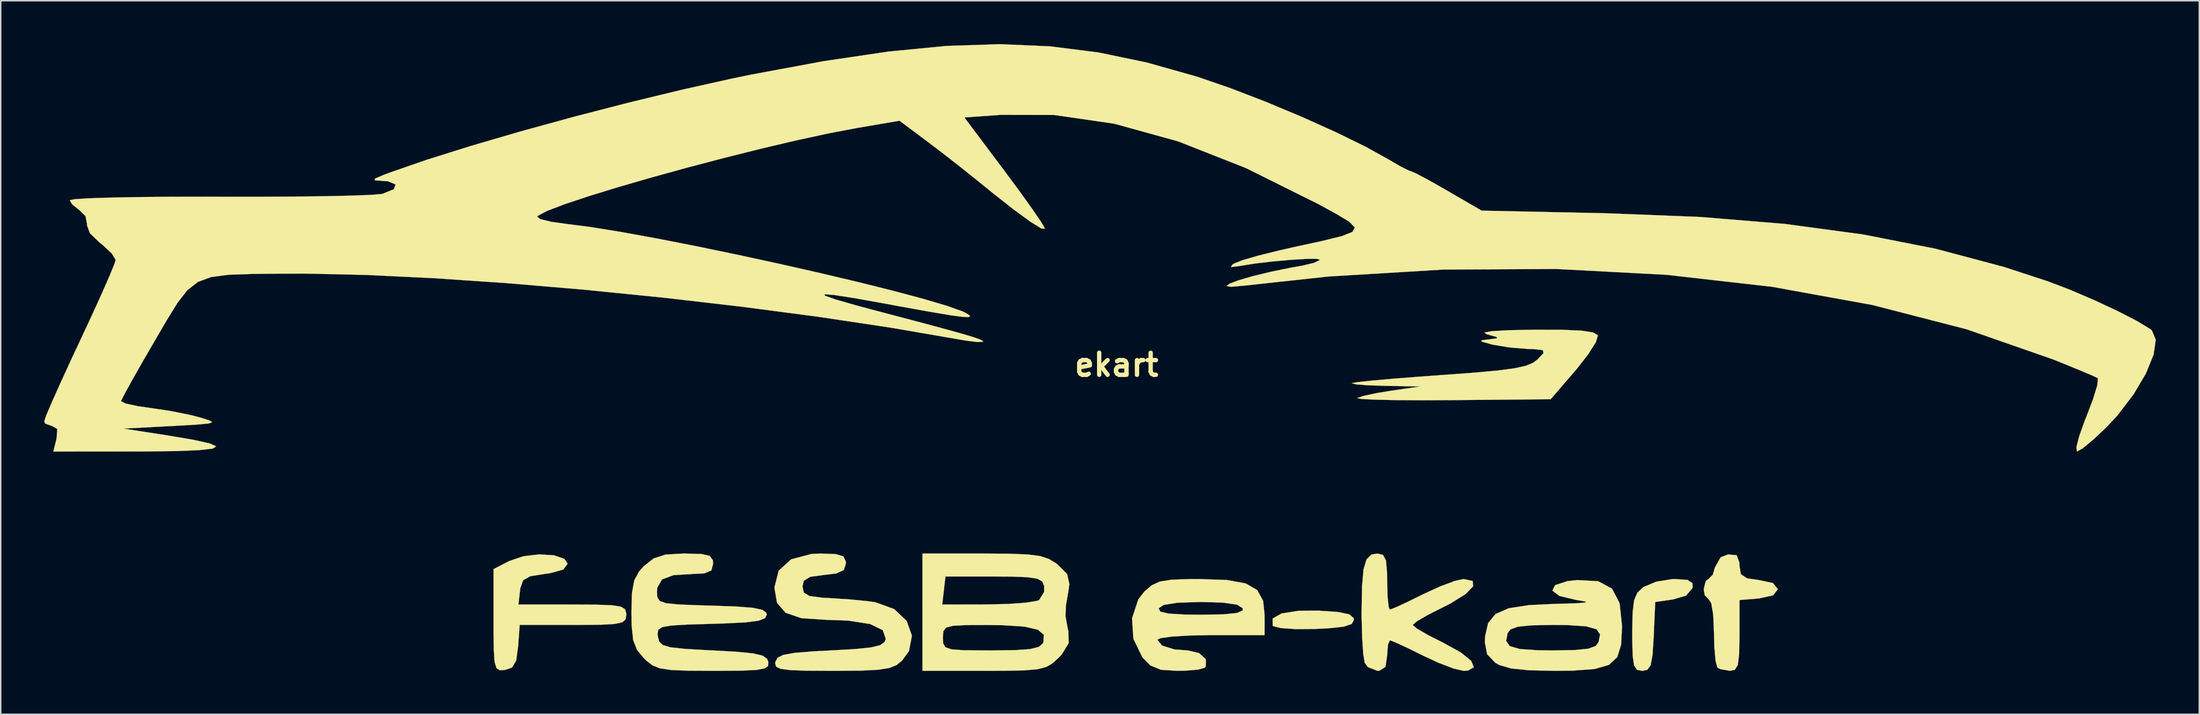
<source format=kicad_pcb>
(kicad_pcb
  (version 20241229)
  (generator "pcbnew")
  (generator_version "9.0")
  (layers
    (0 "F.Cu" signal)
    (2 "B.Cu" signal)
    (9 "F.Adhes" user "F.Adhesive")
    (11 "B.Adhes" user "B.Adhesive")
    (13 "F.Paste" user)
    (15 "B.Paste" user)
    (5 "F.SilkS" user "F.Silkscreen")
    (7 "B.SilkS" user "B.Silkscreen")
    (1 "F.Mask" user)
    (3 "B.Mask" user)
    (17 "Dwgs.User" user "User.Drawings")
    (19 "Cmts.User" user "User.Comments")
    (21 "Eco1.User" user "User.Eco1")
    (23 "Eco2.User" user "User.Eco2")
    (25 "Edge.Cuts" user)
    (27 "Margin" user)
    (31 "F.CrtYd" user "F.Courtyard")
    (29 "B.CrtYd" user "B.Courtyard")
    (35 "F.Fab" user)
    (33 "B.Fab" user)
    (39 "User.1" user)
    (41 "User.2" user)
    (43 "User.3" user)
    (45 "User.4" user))
  (footprint "ekart"
    (layer "F.Cu")
    (at 74.088 22.185)
    (property "Reference" "ekart" (at 0 0 0) (layer "F.SilkS") (effects (font (size 1.524 1.524) (thickness 0.3))))
    (attr through_hole)
    (fp_poly (pts (xy 15.331 17.1) (xy 16.088 17.261) (xy 16.386 17.521) (xy 16.404 17.639) (xy 16.251 17.924) (xy 15.711 18.109) (xy 14.662 18.223) (xy 13.7 18.271) (xy 12.387 18.28) (xy 11.366 18.211) (xy 10.826 18.078) (xy 10.793 18.046) (xy 10.783 17.551) (xy 11.399 17.199) (xy 12.568 17.013) (xy 13.991 17.005) (xy 15.331 17.1)) (stroke (width 0.01) (type solid)) (fill yes) (layer "F.SilkS"))
    (fp_poly (pts (xy 39.445 14.876) (xy 39.793 15.108) (xy 39.798 15.434) (xy 39.348 15.965) (xy 38.449 16.228) (xy 37.218 16.404) (xy 37.114 18.785) (xy 37.034 20.061) (xy 36.902 20.782) (xy 36.668 21.1) (xy 36.32 21.167) (xy 35.966 21.1) (xy 35.759 20.801) (xy 35.66 20.125) (xy 35.631 18.926) (xy 35.631 18.541) (xy 35.655 17.153) (xy 35.759 16.287) (xy 35.987 15.759) (xy 36.384 15.387) (xy 36.415 15.366) (xy 37.295 14.997) (xy 38.414 14.82) (xy 38.557 14.817) (xy 39.445 14.876)) (stroke (width 0.01) (type solid)) (fill yes) (layer "F.SilkS"))
    (fp_poly (pts (xy 42.843 13.167) (xy 43.033 13.68) (xy 43.039 13.889) (xy 43.136 14.484) (xy 43.56 14.769) (xy 44.362 14.884) (xy 45.351 15.093) (xy 45.685 15.511) (xy 45.685 15.522) (xy 45.365 15.944) (xy 44.39 16.159) (xy 44.362 16.161) (xy 43.039 16.27) (xy 43.039 18.719) (xy 43.017 20.017) (xy 42.924 20.759) (xy 42.721 21.092) (xy 42.392 21.167) (xy 41.721 21.051) (xy 41.51 20.931) (xy 41.388 20.48) (xy 41.303 19.539) (xy 41.275 18.462) (xy 41.224 17.287) (xy 41.089 16.485) (xy 40.922 16.228) (xy 40.636 15.932) (xy 40.569 15.522) (xy 40.707 14.949) (xy 40.898 14.817) (xy 41.197 14.517) (xy 41.339 14.023) (xy 41.74 13.31) (xy 42.245 13.116) (xy 42.843 13.167)) (stroke (width 0.01) (type solid)) (fill yes) (layer "F.SilkS"))
    (fp_poly (pts (xy -38.865 13.174) (xy -38.145 13.419) (xy -37.924 13.758) (xy -38.214 14.158) (xy -39.126 14.413) (xy -39.511 14.464) (xy -40.504 14.622) (xy -40.994 14.898) (xy -41.186 15.428) (xy -41.21 15.61) (xy -41.322 16.581) (xy -37.594 16.581) (xy -35.936 16.589) (xy -34.858 16.631) (xy -34.237 16.73) (xy -33.949 16.909) (xy -33.869 17.191) (xy -33.867 17.286) (xy -33.913 17.602) (xy -34.137 17.806) (xy -34.662 17.923) (xy -35.614 17.977) (xy -37.118 17.991) (xy -37.551 17.992) (xy -41.234 17.992) (xy -41.343 19.491) (xy -41.478 20.47) (xy -41.769 20.944) (xy -42.245 21.103) (xy -42.605 21.125) (xy -42.835 20.986) (xy -42.965 20.562) (xy -43.023 19.728) (xy -43.038 18.359) (xy -43.039 17.672) (xy -43.039 14.129) (xy -41.961 13.572) (xy -40.985 13.24) (xy -39.882 13.111) (xy -38.865 13.174)) (stroke (width 0.01) (type solid)) (fill yes) (layer "F.SilkS"))
    (fp_poly (pts (xy 7.623 14.883) (xy 8.924 15.12) (xy 9.725 15.582) (xy 10.128 16.323) (xy 10.231 17.306) (xy 10.231 18.697) (xy 6.526 18.697) (xy 5.006 18.725) (xy 3.788 18.801) (xy 3.018 18.911) (xy 2.822 19.012) (xy 3.145 19.42) (xy 4 19.685) (xy 4.93 19.756) (xy 5.706 19.939) (xy 6.176 20.369) (xy 6.165 20.865) (xy 6.091 20.956) (xy 5.641 21.08) (xy 4.74 21.156) (xy 4.2 21.167) (xy 3.064 21.092) (xy 2.338 20.796) (xy 1.789 20.237) (xy 1.166 18.953) (xy 1.073 17.534) (xy 1.3 16.845) (xy 2.91 16.845) (xy 3.025 17.07) (xy 3.608 17.208) (xy 4.749 17.275) (xy 5.821 17.286) (xy 7.368 17.259) (xy 8.301 17.168) (xy 8.707 17) (xy 8.731 16.845) (xy 8.332 16.59) (xy 7.315 16.445) (xy 5.821 16.404) (xy 4.206 16.454) (xy 3.248 16.609) (xy 2.91 16.845) (xy 1.3 16.845) (xy 1.504 16.227) (xy 1.924 15.683) (xy 2.425 15.251) (xy 2.989 14.992) (xy 3.805 14.862) (xy 5.062 14.819) (xy 5.726 14.817) (xy 7.623 14.883)) (stroke (width 0.01) (type solid)) (fill yes) (layer "F.SilkS"))
    (fp_poly (pts (xy 18.417 13.149) (xy 18.619 13.546) (xy 18.692 14.409) (xy 18.697 14.993) (xy 18.728 16.056) (xy 18.807 16.761) (xy 18.884 16.933) (xy 19.27 16.786) (xy 20.102 16.4) (xy 21.167 15.875) (xy 22.357 15.327) (xy 23.386 14.944) (xy 23.979 14.817) (xy 24.607 14.953) (xy 24.639 15.32) (xy 24.119 15.856) (xy 23.091 16.498) (xy 22.578 16.757) (xy 21.506 17.3) (xy 20.745 17.745) (xy 20.461 17.992) (xy 20.754 18.245) (xy 21.522 18.692) (xy 22.578 19.226) (xy 23.786 19.893) (xy 24.504 20.477) (xy 24.687 20.915) (xy 24.29 21.146) (xy 23.979 21.167) (xy 23.303 21.013) (xy 22.249 20.611) (xy 21.167 20.108) (xy 20.077 19.571) (xy 19.254 19.19) (xy 18.884 19.05) (xy 18.753 19.357) (xy 18.697 20.097) (xy 18.697 20.108) (xy 18.581 20.89) (xy 18.161 21.16) (xy 18.029 21.167) (xy 17.366 20.907) (xy 17.147 20.609) (xy 17.048 20.01) (xy 16.973 18.914) (xy 16.935 17.527) (xy 16.933 17.11) (xy 16.961 15.334) (xy 17.064 14.151) (xy 17.272 13.451) (xy 17.615 13.123) (xy 18.029 13.053) (xy 18.417 13.149)) (stroke (width 0.01) (type solid)) (fill yes) (layer "F.SilkS"))
    (fp_poly (pts (xy 30.78 -2.424) (xy 32.124 -2.365) (xy 32.921 -2.242) (xy 33.247 -2.049) (xy 33.256 -2.028) (xy 33.115 -1.565) (xy 32.602 -0.748) (xy 31.821 0.256) (xy 31.701 0.397) (xy 29.993 2.381) (xy 23.212 2.441) (xy 21.128 2.45) (xy 19.324 2.44) (xy 17.903 2.411) (xy 16.97 2.367) (xy 16.626 2.31) (xy 16.629 2.303) (xy 17.06 2.15) (xy 17.973 1.955) (xy 18.909 1.801) (xy 20.99 1.497) (xy 18.55 1.454) (xy 17.367 1.414) (xy 16.547 1.35) (xy 16.253 1.275) (xy 16.257 1.269) (xy 16.64 1.199) (xy 17.61 1.094) (xy 19.047 0.966) (xy 20.835 0.825) (xy 22.401 0.712) (xy 24.659 0.546) (xy 26.318 0.395) (xy 27.488 0.241) (xy 28.274 0.067) (xy 28.785 -0.145) (xy 29.094 -0.38) (xy 29.503 -0.816) (xy 29.454 -1.016) (xy 28.847 -1.085) (xy 28.389 -1.1) (xy 27.16 -1.2) (xy 26.027 -1.388) (xy 25.929 -1.411) (xy 25.244 -1.601) (xy 25.21 -1.696) (xy 25.753 -1.764) (xy 26.308 -1.835) (xy 26.245 -1.933) (xy 25.576 -2.117) (xy 25.413 -2.235) (xy 25.928 -2.328) (xy 27.096 -2.394) (xy 28.81 -2.428) (xy 30.78 -2.424)) (stroke (width 0.01) (type solid)) (fill yes) (layer "F.SilkS"))
    (fp_poly (pts (xy 33.274 14.967) (xy 34.232 15.479) (xy 34.76 16.492) (xy 34.925 18.075) (xy 34.925 18.113) (xy 34.861 19.361) (xy 34.597 20.217) (xy 34.023 20.753) (xy 33.031 21.041) (xy 31.51 21.153) (xy 30.301 21.167) (xy 28.495 21.128) (xy 27.255 21) (xy 26.444 20.763) (xy 26.165 20.604) (xy 25.603 20.016) (xy 25.447 19.178) (xy 25.451 19.1) (xy 26.917 19.1) (xy 27.166 19.456) (xy 27.866 19.659) (xy 29.114 19.744) (xy 30.146 19.756) (xy 31.656 19.729) (xy 32.597 19.634) (xy 33.106 19.446) (xy 33.301 19.195) (xy 33.408 18.647) (xy 33.159 18.291) (xy 32.459 18.089) (xy 31.211 18.003) (xy 30.179 17.992) (xy 28.669 18.018) (xy 27.728 18.113) (xy 27.219 18.301) (xy 27.024 18.553) (xy 26.917 19.1) (xy 25.451 19.1) (xy 25.469 18.76) (xy 25.674 17.863) (xy 26.182 17.238) (xy 27.095 16.838) (xy 28.512 16.617) (xy 30.339 16.533) (xy 31.686 16.497) (xy 32.369 16.449) (xy 32.432 16.381) (xy 31.915 16.286) (xy 31.75 16.263) (xy 30.593 15.985) (xy 30.111 15.613) (xy 30.299 15.24) (xy 31.154 14.961) (xy 31.82 14.886) (xy 33.274 14.967)) (stroke (width 0.01) (type solid)) (fill yes) (layer "F.SilkS"))
    (fp_poly (pts (xy -19.401 13.091) (xy -18.872 13.251) (xy -18.703 13.6) (xy -18.697 13.738) (xy -18.835 14.192) (xy -19.365 14.432) (xy -20.197 14.532) (xy -21.164 14.663) (xy -21.604 14.933) (xy -21.696 15.346) (xy -21.602 15.759) (xy -21.211 15.99) (xy -20.356 16.106) (xy -19.756 16.139) (xy -18.406 16.228) (xy -17.148 16.353) (xy -16.649 16.424) (xy -15.359 16.896) (xy -14.498 17.715) (xy -14.135 18.732) (xy -14.337 19.798) (xy -14.817 20.461) (xy -15.199 20.769) (xy -15.706 20.973) (xy -16.479 21.093) (xy -17.66 21.151) (xy -19.391 21.167) (xy -19.605 21.167) (xy -21.358 21.158) (xy -22.518 21.118) (xy -23.2 21.032) (xy -23.518 20.879) (xy -23.583 20.644) (xy -23.57 20.549) (xy -23.423 20.264) (xy -23.029 20.066) (xy -22.264 19.927) (xy -21.004 19.822) (xy -19.756 19.756) (xy -18.073 19.66) (xy -16.973 19.548) (xy -16.331 19.394) (xy -16.023 19.172) (xy -15.941 18.963) (xy -16.147 18.356) (xy -17.02 17.93) (xy -18.544 17.692) (xy -20.077 17.639) (xy -21.763 17.526) (xy -22.862 17.152) (xy -23.457 16.462) (xy -23.636 15.406) (xy -23.339 14.234) (xy -22.472 13.45) (xy -21.069 13.08) (xy -20.461 13.053) (xy -19.401 13.091)) (stroke (width 0.01) (type solid)) (fill yes) (layer "F.SilkS"))
    (fp_poly (pts (xy -7.395 13.065) (xy -6.128 13.117) (xy -5.269 13.23) (xy -4.669 13.426) (xy -4.18 13.727) (xy -4.072 13.81) (xy -3.414 14.468) (xy -3.257 15.171) (xy -3.325 15.662) (xy -3.502 16.683) (xy -3.522 17.393) (xy -3.386 18.167) (xy -3.328 18.412) (xy -3.304 19.244) (xy -3.767 20.014) (xy -4.004 20.264) (xy -4.42 20.645) (xy -4.857 20.901) (xy -5.46 21.055) (xy -6.373 21.134) (xy -7.738 21.163) (xy -9.156 21.167) (xy -13.406 21.167) (xy -13.406 18.874) (xy -11.994 18.874) (xy -11.971 19.282) (xy -11.814 19.539) (xy -11.39 19.681) (xy -10.568 19.741) (xy -9.217 19.755) (xy -8.632 19.756) (xy -7.013 19.735) (xy -5.969 19.661) (xy -5.37 19.511) (xy -5.088 19.267) (xy -5.053 19.191) (xy -5.019 18.677) (xy -5.43 18.324) (xy -6.357 18.109) (xy -7.874 18.01) (xy -8.908 17.997) (xy -10.385 18.002) (xy -11.295 18.049) (xy -11.775 18.177) (xy -11.962 18.426) (xy -11.994 18.834) (xy -11.994 18.874) (xy -13.406 18.874) (xy -13.406 16.581) (xy -12.041 16.581) (xy -8.931 16.575) (xy -7.475 16.54) (xy -6.263 16.451) (xy -5.488 16.324) (xy -5.345 16.268) (xy -5.004 15.71) (xy -4.997 15.304) (xy -5.126 14.993) (xy -5.457 14.797) (xy -6.124 14.69) (xy -7.264 14.647) (xy -8.471 14.64) (xy -11.818 14.64) (xy -12.041 16.581) (xy -13.406 16.581) (xy -13.406 13.053) (xy -9.22 13.053) (xy -7.395 13.065)) (stroke (width 0.01) (type solid)) (fill yes) (layer "F.SilkS"))
    (fp_poly (pts (xy -28.699 13.083) (xy -28.11 13.213) (xy -27.892 13.504) (xy -27.869 13.758) (xy -27.991 14.224) (xy -28.478 14.427) (xy -29.252 14.464) (xy -30.613 14.549) (xy -31.398 14.843) (xy -31.723 15.404) (xy -31.75 15.724) (xy -31.722 16.092) (xy -31.557 16.336) (xy -31.13 16.486) (xy -30.316 16.573) (xy -28.992 16.628) (xy -27.958 16.657) (xy -26.235 16.719) (xy -25.107 16.81) (xy -24.464 16.948) (xy -24.194 17.152) (xy -24.165 17.286) (xy -24.287 17.529) (xy -24.725 17.698) (xy -25.59 17.81) (xy -26.992 17.885) (xy -27.981 17.916) (xy -29.657 17.966) (xy -30.748 18.031) (xy -31.373 18.138) (xy -31.653 18.316) (xy -31.707 18.595) (xy -31.685 18.798) (xy -31.591 19.149) (xy -31.345 19.385) (xy -30.816 19.539) (xy -29.875 19.643) (xy -28.394 19.73) (xy -27.873 19.756) (xy -26.19 19.851) (xy -25.089 19.963) (xy -24.447 20.117) (xy -24.138 20.338) (xy -24.055 20.549) (xy -24.065 20.819) (xy -24.296 20.997) (xy -24.862 21.102) (xy -25.879 21.152) (xy -27.464 21.166) (xy -27.86 21.167) (xy -29.588 21.157) (xy -30.763 21.109) (xy -31.535 20.997) (xy -32.056 20.791) (xy -32.478 20.466) (xy -32.648 20.301) (xy -33.131 19.715) (xy -33.394 19.034) (xy -33.5 18.026) (xy -33.514 17.11) (xy -33.476 15.774) (xy -33.32 14.912) (xy -32.984 14.292) (xy -32.648 13.919) (xy -31.975 13.388) (xy -31.164 13.127) (xy -29.944 13.053) (xy -29.826 13.053) (xy -28.699 13.083)) (stroke (width 0.01) (type solid)) (fill yes) (layer "F.SilkS"))
    (fp_poly (pts (xy -4.588 -22.029) (xy -1.244 -21.607) (xy 2.089 -20.912) (xy 5.517 -19.945) (xy 5.644 -19.904) (xy 7.84 -19.148) (xy 10.282 -18.207) (xy 12.787 -17.159) (xy 15.169 -16.086) (xy 17.243 -15.069) (xy 18.778 -14.214) (xy 19.625 -13.721) (xy 20.202 -13.435) (xy 20.304 -13.406) (xy 20.689 -13.24) (xy 21.516 -12.802) (xy 22.623 -12.178) (xy 22.869 -12.035) (xy 25.224 -10.665) (xy 33.867 -10.483) (xy 40.306 -10.23) (xy 46.173 -9.747) (xy 51.567 -9.019) (xy 56.586 -8.03) (xy 61.332 -6.765) (xy 64.382 -5.764) (xy 65.91 -5.178) (xy 67.56 -4.47) (xy 69.148 -3.728) (xy 70.489 -3.038) (xy 71.396 -2.49) (xy 71.522 -2.394) (xy 71.801 -1.74) (xy 71.648 -0.702) (xy 71.12 0.596) (xy 70.275 2.03) (xy 69.171 3.476) (xy 68.424 4.282) (xy 67.515 5.143) (xy 66.775 5.759) (xy 66.361 5.997) (xy 66.359 5.997) (xy 66.315 5.701) (xy 66.516 4.916) (xy 66.918 3.798) (xy 67.025 3.535) (xy 67.479 2.34) (xy 67.756 1.419) (xy 67.808 0.942) (xy 67.788 0.916) (xy 67.365 0.721) (xy 66.454 0.337) (xy 65.224 -0.167) (xy 64.724 -0.369) (xy 58.735 -2.458) (xy 52.24 -4.135) (xy 45.309 -5.394) (xy 38.013 -6.226) (xy 30.423 -6.628) (xy 22.611 -6.591) (xy 14.646 -6.109) (xy 8.819 -5.478) (xy 7.912 -5.397) (xy 7.603 -5.452) (xy 7.808 -5.612) (xy 8.438 -5.849) (xy 9.408 -6.132) (xy 10.631 -6.431) (xy 12.021 -6.717) (xy 12.831 -6.859) (xy 13.637 -7.053) (xy 14.066 -7.26) (xy 13.852 -7.331) (xy 13.116 -7.328) (xy 12.034 -7.263) (xy 10.785 -7.15) (xy 9.545 -7.003) (xy 8.492 -6.835) (xy 8.467 -6.83) (xy 7.913 -6.759) (xy 7.984 -6.91) (xy 8.134 -7.013) (xy 8.699 -7.235) (xy 9.779 -7.548) (xy 11.196 -7.903) (xy 12.191 -8.129) (xy 14.198 -8.566) (xy 15.556 -8.9) (xy 16.298 -9.192) (xy 16.461 -9.505) (xy 16.08 -9.899) (xy 15.191 -10.437) (xy 13.921 -11.13) (xy 8.945 -13.608) (xy 4.258 -15.456) (xy -0.158 -16.679) (xy -4.321 -17.283) (xy -7.989 -17.291) (xy -10.511 -17.11) (xy -7.734 -13.406) (xy -6.699 -12.006) (xy -5.838 -10.804) (xy -5.23 -9.914) (xy -4.956 -9.449) (xy -4.948 -9.419) (xy -5.196 -9.434) (xy -5.918 -9.877) (xy -7.057 -10.708) (xy -8.558 -11.888) (xy -9.349 -12.532) (xy -10.643 -13.573) (xy -12.117 -14.723) (xy -13.053 -15.434) (xy -14.993 -16.884) (xy -17.992 -16.371) (xy -19.895 -16.009) (xy -22.109 -15.528) (xy -24.535 -14.956) (xy -27.078 -14.319) (xy -29.64 -13.645) (xy -32.123 -12.96) (xy -34.431 -12.291) (xy -36.466 -11.665) (xy -38.132 -11.109) (xy -39.331 -10.651) (xy -39.966 -10.316) (xy -40.028 -10.25) (xy -39.801 -10.075) (xy -39.04 -9.891) (xy -38.003 -9.747) (xy -36.327 -9.53) (xy -34.212 -9.188) (xy -31.758 -8.741) (xy -29.061 -8.212) (xy -26.222 -7.623) (xy -23.338 -6.997) (xy -20.508 -6.356) (xy -17.831 -5.721) (xy -15.405 -5.114) (xy -13.33 -4.559) (xy -11.702 -4.076) (xy -10.622 -3.689) (xy -10.323 -3.54) (xy -10.113 -3.376) (xy -10.204 -3.3) (xy -10.666 -3.32) (xy -11.571 -3.445) (xy -12.992 -3.686) (xy -15 -4.049) (xy -16.157 -4.263) (xy -18.181 -4.625) (xy -19.519 -4.831) (xy -20.171 -4.882) (xy -20.138 -4.78) (xy -19.416 -4.525) (xy -18.007 -4.118) (xy -16.581 -3.736) (xy -14.085 -3.078) (xy -12.197 -2.573) (xy -10.843 -2.199) (xy -9.947 -1.934) (xy -9.434 -1.756) (xy -9.228 -1.644) (xy -9.225 -1.593) (xy -9.614 -1.578) (xy -10.454 -1.682) (xy -10.936 -1.765) (xy -15.557 -2.564) (xy -20.579 -3.319) (xy -25.871 -4.017) (xy -31.303 -4.647) (xy -36.746 -5.194) (xy -42.07 -5.647) (xy -47.144 -5.992) (xy -51.838 -6.218) (xy -56.022 -6.31) (xy -57.454 -6.308) (xy -59.684 -6.288) (xy -61.342 -6.231) (xy -62.558 -6.069) (xy -63.464 -5.736) (xy -64.193 -5.164) (xy -64.876 -4.288) (xy -65.645 -3.038) (xy -66.389 -1.761) (xy -67.267 -0.247) (xy -68 1.045) (xy -68.522 1.995) (xy -68.767 2.483) (xy -68.776 2.517) (xy -68.466 2.675) (xy -67.648 2.854) (xy -66.763 2.982) (xy -65.333 3.197) (xy -63.937 3.48) (xy -63.324 3.639) (xy -62.705 3.833) (xy -62.476 3.965) (xy -62.71 4.056) (xy -63.483 4.131) (xy -64.869 4.212) (xy -65.264 4.233) (xy -68.615 4.41) (xy -65.593 4.878) (xy -63.781 5.184) (xy -62.648 5.436) (xy -62.197 5.639) (xy -62.434 5.793) (xy -63.362 5.901) (xy -64.986 5.967) (xy -67.31 5.992) (xy -67.507 5.992) (xy -73.454 5.997) (xy -73.233 5.115) (xy -73.178 4.437) (xy -73.528 4.234) (xy -73.547 4.233) (xy -74.021 4.058) (xy -74.083 3.906) (xy -73.94 3.491) (xy -73.542 2.554) (xy -72.941 1.209) (xy -72.188 -0.431) (xy -71.617 -1.65) (xy -70.788 -3.429) (xy -70.077 -4.994) (xy -69.536 -6.232) (xy -69.214 -7.027) (xy -69.147 -7.254) (xy -69.405 -7.689) (xy -70.047 -8.291) (xy -70.229 -8.43) (xy -70.932 -9.11) (xy -71.136 -9.682) (xy -71.121 -9.735) (xy -71.231 -10.288) (xy -71.624 -10.671) (xy -72.169 -11.119) (xy -72.319 -11.387) (xy -71.981 -11.457) (xy -71.025 -11.518) (xy -69.538 -11.567) (xy -67.607 -11.604) (xy -65.32 -11.625) (xy -62.764 -11.629) (xy -62.001 -11.626) (xy -59.325 -11.624) (xy -56.841 -11.637) (xy -54.646 -11.664) (xy -52.839 -11.704) (xy -51.519 -11.754) (xy -50.785 -11.814) (xy -50.712 -11.827) (xy -49.931 -12.147) (xy -49.803 -12.475) (xy -50.326 -12.694) (xy -50.712 -12.725) (xy -51.245 -12.764) (xy -51.231 -12.882) (xy -50.617 -13.145) (xy -50.271 -13.275) (xy -47.734 -14.157) (xy -44.657 -15.126) (xy -41.194 -16.139) (xy -37.498 -17.155) (xy -33.723 -18.132) (xy -30.023 -19.029) (xy -26.552 -19.804) (xy -25.224 -20.077) (xy -20.219 -21.007) (xy -15.76 -21.668) (xy -11.739 -22.059) (xy -8.051 -22.18) (xy -4.588 -22.029)) (stroke (width 0.01) (type solid)) (fill yes) (layer "F.SilkS")))
  (gr_rect
    (start -3 -3)
    (end 148.895 46.356)
    (stroke (width 0.1) (type default))
    (fill no)
    (layer "Edge.Cuts")))
</source>
